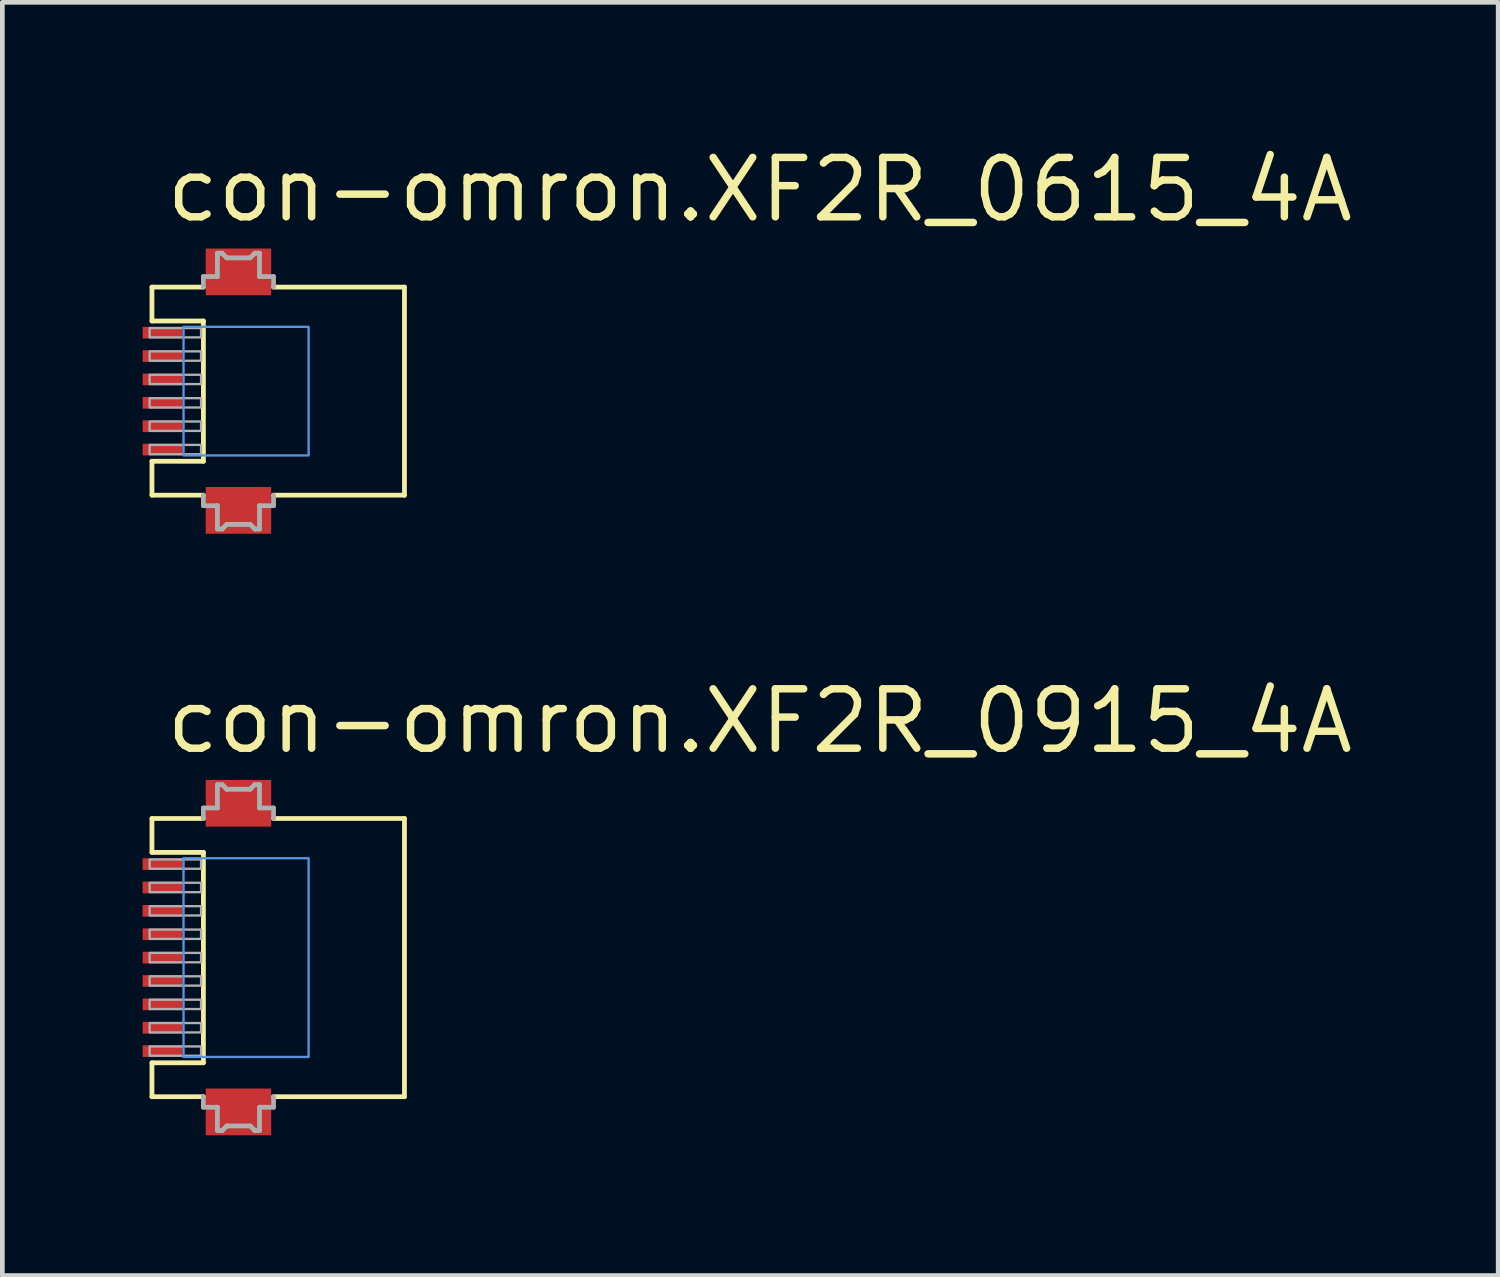
<source format=kicad_pcb>
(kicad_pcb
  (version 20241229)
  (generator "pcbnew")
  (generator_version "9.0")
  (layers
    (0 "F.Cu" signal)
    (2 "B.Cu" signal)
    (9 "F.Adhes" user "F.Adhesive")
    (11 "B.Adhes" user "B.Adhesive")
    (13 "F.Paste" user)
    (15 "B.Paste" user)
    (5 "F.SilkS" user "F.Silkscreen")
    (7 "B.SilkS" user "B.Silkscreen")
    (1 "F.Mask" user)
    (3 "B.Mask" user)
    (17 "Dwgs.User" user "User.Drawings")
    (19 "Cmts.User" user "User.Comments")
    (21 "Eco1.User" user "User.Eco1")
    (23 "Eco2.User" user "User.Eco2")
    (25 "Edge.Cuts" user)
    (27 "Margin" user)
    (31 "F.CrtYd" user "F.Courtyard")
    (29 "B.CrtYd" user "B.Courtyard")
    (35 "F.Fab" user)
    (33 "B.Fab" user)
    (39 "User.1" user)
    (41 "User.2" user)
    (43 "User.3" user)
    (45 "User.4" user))
  (footprint "con-omron.XF2R_0915_4A"
    (layer "F.Cu")
    (at 2.965 17.43)
    (property "Reference" "con-omron.XF2R_0915_4A" (at -2.54 -4.315 0) (layer "F.SilkS") (effects (font (size 1.27 1.27) (thickness 0.16)) (justify left bottom)))
    (attr smd)
    (fp_line (start -2.765 -2.975) (end -2.765 -2.25) (stroke (width 0.102) (type default)) (layer "F.SilkS"))
    (fp_line (start -2.765 -2.975) (end -1.665 -2.975) (stroke (width 0.102) (type default)) (layer "F.SilkS"))
    (fp_line (start -2.765 -2.25) (end -1.665 -2.25) (stroke (width 0.102) (type default)) (layer "F.SilkS"))
    (fp_line (start -2.765 2.25) (end -2.765 2.975) (stroke (width 0.102) (type default)) (layer "F.SilkS"))
    (fp_line (start -2.765 2.975) (end -1.665 2.975) (stroke (width 0.102) (type default)) (layer "F.SilkS"))
    (fp_line (start -1.665 -2.25) (end -1.665 2.25) (stroke (width 0.102) (type default)) (layer "F.SilkS"))
    (fp_line (start -1.665 2.25) (end -2.765 2.25) (stroke (width 0.102) (type default)) (layer "F.SilkS"))
    (fp_line (start -0.165 2.975) (end 2.635 2.975) (stroke (width 0.102) (type default)) (layer "F.SilkS"))
    (fp_line (start 2.635 -2.975) (end -0.165 -2.975) (stroke (width 0.102) (type default)) (layer "F.SilkS"))
    (fp_line (start 2.635 2.975) (end 2.635 -2.975) (stroke (width 0.102) (type default)) (layer "F.SilkS"))
    (fp_rect (start -2.09 2.125) (end 0.585 -2.125) (stroke (width 0.05) (type default)) (fill no) (layer "Cmts.User"))
    (fp_line (start -1.665 -3.2) (end -1.665 -2.975) (stroke (width 0.102) (type default)) (layer "F.Fab"))
    (fp_line (start -1.665 2.975) (end -1.665 3.2) (stroke (width 0.102) (type default)) (layer "F.Fab"))
    (fp_line (start -1.665 3.2) (end -1.365 3.2) (stroke (width 0.102) (type default)) (layer "F.Fab"))
    (fp_line (start -1.365 -3.7) (end -1.365 -3.2) (stroke (width 0.102) (type default)) (layer "F.Fab"))
    (fp_line (start -1.365 -3.2) (end -1.665 -3.2) (stroke (width 0.102) (type default)) (layer "F.Fab"))
    (fp_line (start -1.365 3.2) (end -1.365 3.7) (stroke (width 0.102) (type default)) (layer "F.Fab"))
    (fp_line (start -1.365 3.7) (end -1.265 3.7) (stroke (width 0.102) (type default)) (layer "F.Fab"))
    (fp_line (start -1.265 -3.7) (end -1.365 -3.7) (stroke (width 0.102) (type default)) (layer "F.Fab"))
    (fp_line (start -1.265 3.7) (end -1.165 3.6) (stroke (width 0.102) (type default)) (layer "F.Fab"))
    (fp_line (start -1.165 -3.6) (end -1.265 -3.7) (stroke (width 0.102) (type default)) (layer "F.Fab"))
    (fp_line (start -1.165 3.6) (end -0.665 3.6) (stroke (width 0.102) (type default)) (layer "F.Fab"))
    (fp_line (start -0.665 -3.6) (end -1.165 -3.6) (stroke (width 0.102) (type default)) (layer "F.Fab"))
    (fp_line (start -0.665 3.6) (end -0.565 3.7) (stroke (width 0.102) (type default)) (layer "F.Fab"))
    (fp_line (start -0.565 -3.7) (end -0.665 -3.6) (stroke (width 0.102) (type default)) (layer "F.Fab"))
    (fp_line (start -0.565 3.7) (end -0.465 3.7) (stroke (width 0.102) (type default)) (layer "F.Fab"))
    (fp_line (start -0.465 -3.7) (end -0.565 -3.7) (stroke (width 0.102) (type default)) (layer "F.Fab"))
    (fp_line (start -0.465 -3.2) (end -0.465 -3.7) (stroke (width 0.102) (type default)) (layer "F.Fab"))
    (fp_line (start -0.465 3.2) (end -0.165 3.2) (stroke (width 0.102) (type default)) (layer "F.Fab"))
    (fp_line (start -0.465 3.7) (end -0.465 3.2) (stroke (width 0.102) (type default)) (layer "F.Fab"))
    (fp_line (start -0.165 -3.2) (end -0.465 -3.2) (stroke (width 0.102) (type default)) (layer "F.Fab"))
    (fp_line (start -0.165 -2.975) (end -0.165 -3.2) (stroke (width 0.102) (type default)) (layer "F.Fab"))
    (fp_line (start -0.165 3.2) (end -0.165 2.975) (stroke (width 0.102) (type default)) (layer "F.Fab"))
    (fp_rect (start -2.815 -1.9) (end -1.715 -2.1) (stroke (width 0.05) (type default)) (fill no) (layer "F.Fab"))
    (fp_rect (start -2.815 -1.4) (end -1.715 -1.6) (stroke (width 0.05) (type default)) (fill no) (layer "F.Fab"))
    (fp_rect (start -2.815 -0.9) (end -1.715 -1.1) (stroke (width 0.05) (type default)) (fill no) (layer "F.Fab"))
    (fp_rect (start -2.815 -0.4) (end -1.715 -0.6) (stroke (width 0.05) (type default)) (fill no) (layer "F.Fab"))
    (fp_rect (start -2.815 0.1) (end -1.715 -0.1) (stroke (width 0.05) (type default)) (fill no) (layer "F.Fab"))
    (fp_rect (start -2.815 0.6) (end -1.715 0.4) (stroke (width 0.05) (type default)) (fill no) (layer "F.Fab"))
    (fp_rect (start -2.815 1.1) (end -1.715 0.9) (stroke (width 0.05) (type default)) (fill no) (layer "F.Fab"))
    (fp_rect (start -2.815 1.6) (end -1.715 1.4) (stroke (width 0.05) (type default)) (fill no) (layer "F.Fab"))
    (fp_rect (start -2.815 2.1) (end -1.715 1.9) (stroke (width 0.05) (type default)) (fill no) (layer "F.Fab"))
    (pad "1" smd roundrect (at -2.54 -2) (size 0.85 0.25) (layers "F.Cu" "F.Mask" "F.Paste") (roundrect_rratio 0.01))
    (pad "2" smd roundrect (at -2.54 -1.5) (size 0.85 0.25) (layers "F.Cu" "F.Mask" "F.Paste") (roundrect_rratio 0.01))
    (pad "3" smd roundrect (at -2.54 -1) (size 0.85 0.25) (layers "F.Cu" "F.Mask" "F.Paste") (roundrect_rratio 0.01))
    (pad "4" smd roundrect (at -2.54 -0.5) (size 0.85 0.25) (layers "F.Cu" "F.Mask" "F.Paste") (roundrect_rratio 0.01))
    (pad "5" smd roundrect (at -2.54 0) (size 0.85 0.25) (layers "F.Cu" "F.Mask" "F.Paste") (roundrect_rratio 0.01))
    (pad "6" smd roundrect (at -2.54 0.5) (size 0.85 0.25) (layers "F.Cu" "F.Mask" "F.Paste") (roundrect_rratio 0.01))
    (pad "7" smd roundrect (at -2.54 1) (size 0.85 0.25) (layers "F.Cu" "F.Mask" "F.Paste") (roundrect_rratio 0.01))
    (pad "8" smd roundrect (at -2.54 1.5) (size 0.85 0.25) (layers "F.Cu" "F.Mask" "F.Paste") (roundrect_rratio 0.01))
    (pad "9" smd roundrect (at -2.54 2) (size 0.85 0.25) (layers "F.Cu" "F.Mask" "F.Paste") (roundrect_rratio 0.01))
    (pad "M1" smd roundrect (at -0.915 -3.3 180) (size 1.4 1) (layers "F.Cu" "F.Mask" "F.Paste") (roundrect_rratio 0.01))
    (pad "M2" smd roundrect (at -0.915 3.3 180) (size 1.4 1) (layers "F.Cu" "F.Mask" "F.Paste") (roundrect_rratio 0.01)))
  (footprint "con-omron.XF2R_0615_4A"
    (layer "F.Cu")
    (at 2.965 5.315)
    (property "Reference" "con-omron.XF2R_0615_4A" (at -2.54 -3.565 0) (layer "F.SilkS") (effects (font (size 1.27 1.27) (thickness 0.16)) (justify left bottom)))
    (attr smd)
    (fp_line (start -2.765 -2.225) (end -2.765 -1.5) (stroke (width 0.102) (type default)) (layer "F.SilkS"))
    (fp_line (start -2.765 -2.225) (end -1.665 -2.225) (stroke (width 0.102) (type default)) (layer "F.SilkS"))
    (fp_line (start -2.765 -1.5) (end -1.665 -1.5) (stroke (width 0.102) (type default)) (layer "F.SilkS"))
    (fp_line (start -2.765 1.5) (end -2.765 2.225) (stroke (width 0.102) (type default)) (layer "F.SilkS"))
    (fp_line (start -2.765 2.225) (end -1.665 2.225) (stroke (width 0.102) (type default)) (layer "F.SilkS"))
    (fp_line (start -1.665 -1.5) (end -1.665 1.5) (stroke (width 0.102) (type default)) (layer "F.SilkS"))
    (fp_line (start -1.665 1.5) (end -2.765 1.5) (stroke (width 0.102) (type default)) (layer "F.SilkS"))
    (fp_line (start -0.165 2.225) (end 2.635 2.225) (stroke (width 0.102) (type default)) (layer "F.SilkS"))
    (fp_line (start 2.635 -2.225) (end -0.165 -2.225) (stroke (width 0.102) (type default)) (layer "F.SilkS"))
    (fp_line (start 2.635 2.225) (end 2.635 -2.225) (stroke (width 0.102) (type default)) (layer "F.SilkS"))
    (fp_rect (start -2.09 1.375) (end 0.585 -1.375) (stroke (width 0.05) (type default)) (fill no) (layer "Cmts.User"))
    (fp_line (start -1.665 -2.45) (end -1.665 -2.225) (stroke (width 0.102) (type default)) (layer "F.Fab"))
    (fp_line (start -1.665 2.225) (end -1.665 2.45) (stroke (width 0.102) (type default)) (layer "F.Fab"))
    (fp_line (start -1.665 2.45) (end -1.365 2.45) (stroke (width 0.102) (type default)) (layer "F.Fab"))
    (fp_line (start -1.365 -2.95) (end -1.365 -2.45) (stroke (width 0.102) (type default)) (layer "F.Fab"))
    (fp_line (start -1.365 -2.45) (end -1.665 -2.45) (stroke (width 0.102) (type default)) (layer "F.Fab"))
    (fp_line (start -1.365 2.45) (end -1.365 2.95) (stroke (width 0.102) (type default)) (layer "F.Fab"))
    (fp_line (start -1.365 2.95) (end -1.265 2.95) (stroke (width 0.102) (type default)) (layer "F.Fab"))
    (fp_line (start -1.265 -2.95) (end -1.365 -2.95) (stroke (width 0.102) (type default)) (layer "F.Fab"))
    (fp_line (start -1.265 2.95) (end -1.165 2.85) (stroke (width 0.102) (type default)) (layer "F.Fab"))
    (fp_line (start -1.165 -2.85) (end -1.265 -2.95) (stroke (width 0.102) (type default)) (layer "F.Fab"))
    (fp_line (start -1.165 2.85) (end -0.665 2.85) (stroke (width 0.102) (type default)) (layer "F.Fab"))
    (fp_line (start -0.665 -2.85) (end -1.165 -2.85) (stroke (width 0.102) (type default)) (layer "F.Fab"))
    (fp_line (start -0.665 2.85) (end -0.565 2.95) (stroke (width 0.102) (type default)) (layer "F.Fab"))
    (fp_line (start -0.565 -2.95) (end -0.665 -2.85) (stroke (width 0.102) (type default)) (layer "F.Fab"))
    (fp_line (start -0.565 2.95) (end -0.465 2.95) (stroke (width 0.102) (type default)) (layer "F.Fab"))
    (fp_line (start -0.465 -2.95) (end -0.565 -2.95) (stroke (width 0.102) (type default)) (layer "F.Fab"))
    (fp_line (start -0.465 -2.45) (end -0.465 -2.95) (stroke (width 0.102) (type default)) (layer "F.Fab"))
    (fp_line (start -0.465 2.45) (end -0.165 2.45) (stroke (width 0.102) (type default)) (layer "F.Fab"))
    (fp_line (start -0.465 2.95) (end -0.465 2.45) (stroke (width 0.102) (type default)) (layer "F.Fab"))
    (fp_line (start -0.165 -2.45) (end -0.465 -2.45) (stroke (width 0.102) (type default)) (layer "F.Fab"))
    (fp_line (start -0.165 -2.225) (end -0.165 -2.45) (stroke (width 0.102) (type default)) (layer "F.Fab"))
    (fp_line (start -0.165 2.45) (end -0.165 2.225) (stroke (width 0.102) (type default)) (layer "F.Fab"))
    (fp_rect (start -2.815 -1.15) (end -1.715 -1.35) (stroke (width 0.05) (type default)) (fill no) (layer "F.Fab"))
    (fp_rect (start -2.815 -0.65) (end -1.715 -0.85) (stroke (width 0.05) (type default)) (fill no) (layer "F.Fab"))
    (fp_rect (start -2.815 -0.15) (end -1.715 -0.35) (stroke (width 0.05) (type default)) (fill no) (layer "F.Fab"))
    (fp_rect (start -2.815 0.35) (end -1.715 0.15) (stroke (width 0.05) (type default)) (fill no) (layer "F.Fab"))
    (fp_rect (start -2.815 0.85) (end -1.715 0.65) (stroke (width 0.05) (type default)) (fill no) (layer "F.Fab"))
    (fp_rect (start -2.815 1.35) (end -1.715 1.15) (stroke (width 0.05) (type default)) (fill no) (layer "F.Fab"))
    (pad "1" smd roundrect (at -2.54 -1.25) (size 0.85 0.25) (layers "F.Cu" "F.Mask" "F.Paste") (roundrect_rratio 0.01))
    (pad "2" smd roundrect (at -2.54 -0.75) (size 0.85 0.25) (layers "F.Cu" "F.Mask" "F.Paste") (roundrect_rratio 0.01))
    (pad "3" smd roundrect (at -2.54 -0.25) (size 0.85 0.25) (layers "F.Cu" "F.Mask" "F.Paste") (roundrect_rratio 0.01))
    (pad "4" smd roundrect (at -2.54 0.25) (size 0.85 0.25) (layers "F.Cu" "F.Mask" "F.Paste") (roundrect_rratio 0.01))
    (pad "5" smd roundrect (at -2.54 0.75) (size 0.85 0.25) (layers "F.Cu" "F.Mask" "F.Paste") (roundrect_rratio 0.01))
    (pad "6" smd roundrect (at -2.54 1.25) (size 0.85 0.25) (layers "F.Cu" "F.Mask" "F.Paste") (roundrect_rratio 0.01))
    (pad "M1" smd roundrect (at -0.915 -2.55 180) (size 1.4 1) (layers "F.Cu" "F.Mask" "F.Paste") (roundrect_rratio 0.01))
    (pad "M2" smd roundrect (at -0.915 2.55 180) (size 1.4 1) (layers "F.Cu" "F.Mask" "F.Paste") (roundrect_rratio 0.01)))
  (gr_rect
    (start -3 -3)
    (end 28.991 24.23)
    (stroke (width 0.1) (type default))
    (fill no)
    (layer "Edge.Cuts")))
</source>
